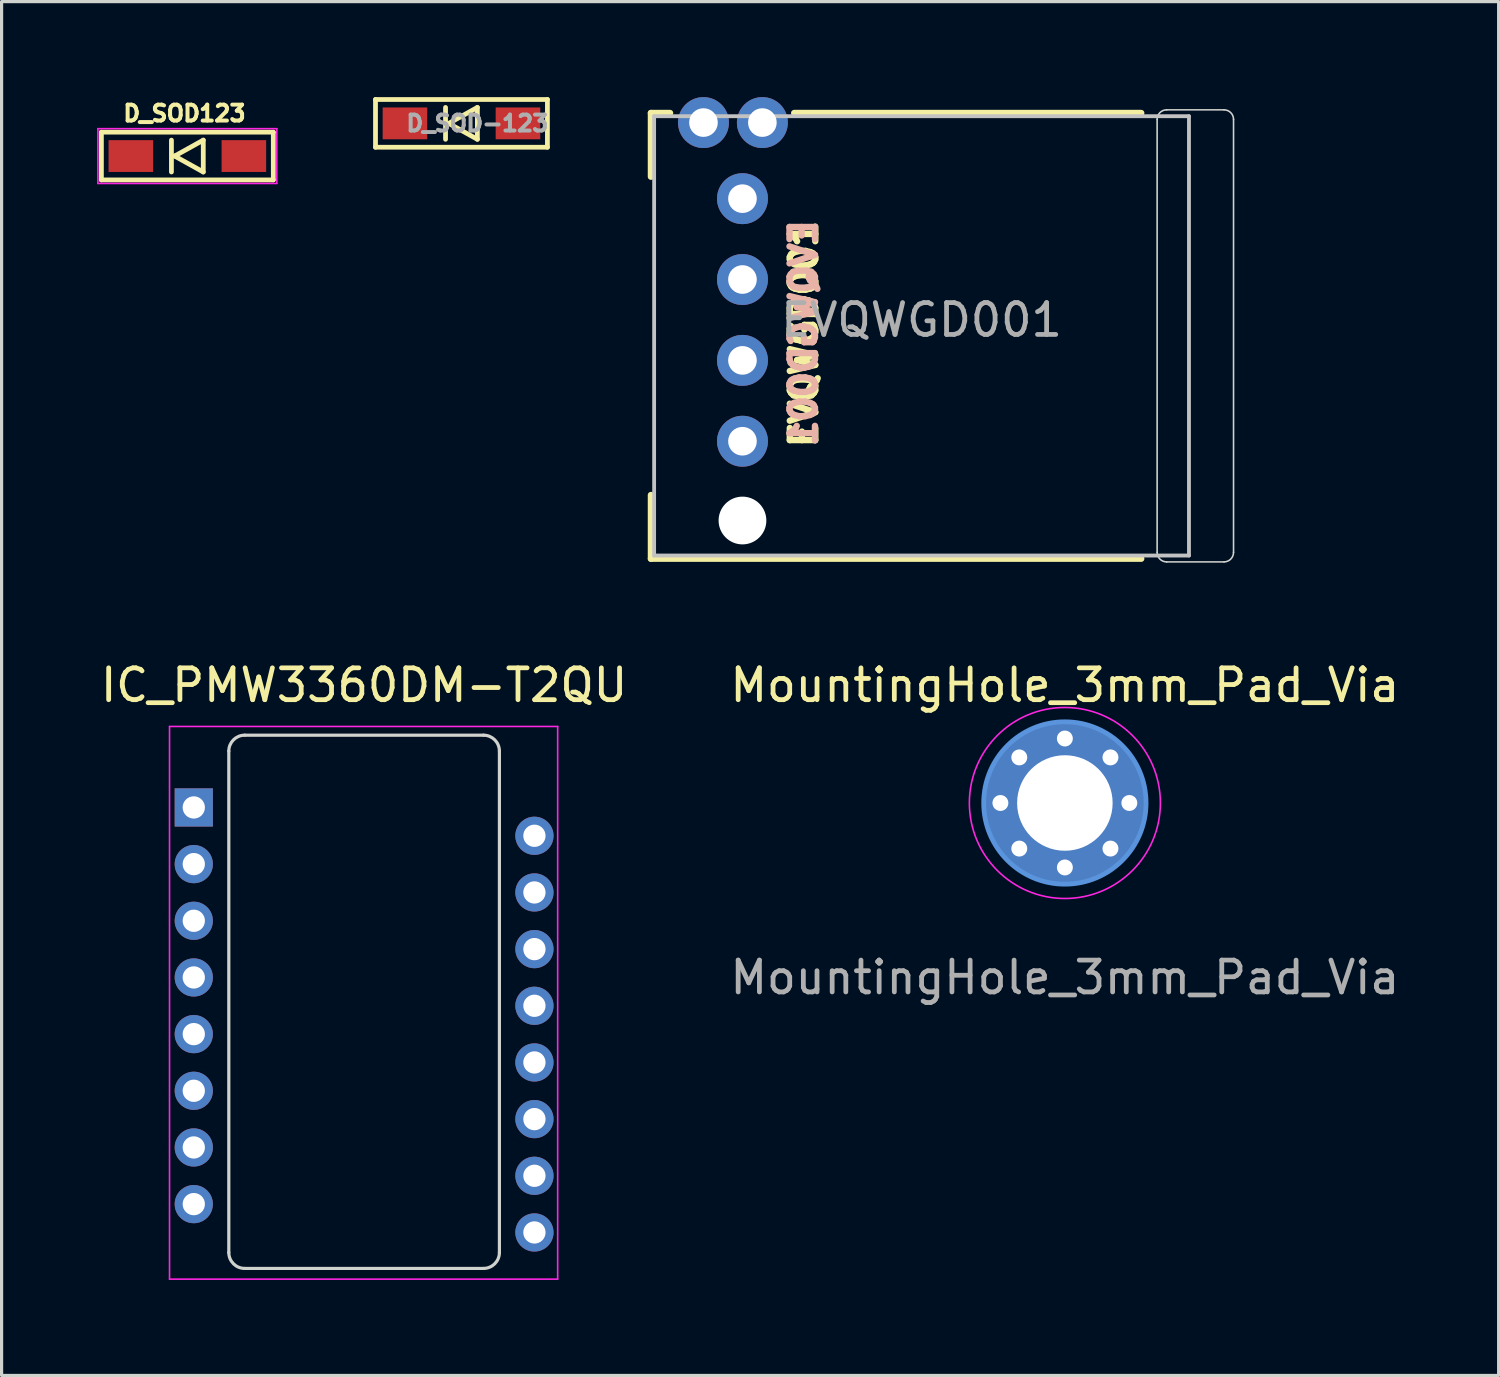
<source format=kicad_pcb>
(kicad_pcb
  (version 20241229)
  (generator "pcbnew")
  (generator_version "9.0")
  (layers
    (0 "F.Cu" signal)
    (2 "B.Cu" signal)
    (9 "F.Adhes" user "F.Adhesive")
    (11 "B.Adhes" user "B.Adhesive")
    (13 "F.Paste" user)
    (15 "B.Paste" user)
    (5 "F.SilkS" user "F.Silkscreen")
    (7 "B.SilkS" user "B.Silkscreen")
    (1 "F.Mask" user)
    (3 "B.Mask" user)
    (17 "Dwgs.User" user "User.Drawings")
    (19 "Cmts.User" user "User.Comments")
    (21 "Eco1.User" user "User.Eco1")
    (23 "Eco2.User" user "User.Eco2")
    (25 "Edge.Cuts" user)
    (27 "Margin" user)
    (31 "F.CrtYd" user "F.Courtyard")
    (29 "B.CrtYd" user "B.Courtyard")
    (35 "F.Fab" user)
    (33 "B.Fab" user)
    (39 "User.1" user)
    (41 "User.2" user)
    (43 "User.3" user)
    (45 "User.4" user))
  (footprint "MountingHole_3mm_Pad_Via"
    (layer "F.Cu")
    (at 30.399 22.173)
    (property "Reference" "MountingHole_3mm_Pad_Via" (at 0 -3.7 0) (layer "F.SilkS") (effects (font (size 1 1) (thickness 0.15))))
    (attr exclude_from_pos_files exclude_from_bom)
    (fp_circle (center 0 0) (end 2.55 0) (stroke (width 0.15) (type solid)) (fill no) (layer "Cmts.User"))
    (fp_circle (center 0 0) (end 3 0) (stroke (width 0.05) (type solid)) (fill no) (layer "F.CrtYd"))
    (fp_text user "${REFERENCE}" (at 0 5.48 0) (layer "F.Fab") (effects (font (size 1 1) (thickness 0.15))))
    (pad "1" thru_hole circle (at -2.025 0) (size 0.8 0.8) (drill 0.5) (layers "*.Cu" "*.Mask"))
    (pad "1" thru_hole circle (at -1.432 -1.432) (size 0.8 0.8) (drill 0.5) (layers "*.Cu" "*.Mask"))
    (pad "1" thru_hole circle (at -1.432 1.432) (size 0.8 0.8) (drill 0.5) (layers "*.Cu" "*.Mask"))
    (pad "1" thru_hole circle (at 0 -2.025) (size 0.8 0.8) (drill 0.5) (layers "*.Cu" "*.Mask"))
    (pad "1" thru_hole circle (at 0 0) (size 5 5) (drill 3) (layers "*.Cu" "*.Mask"))
    (pad "1" thru_hole circle (at 0 2.025) (size 0.8 0.8) (drill 0.5) (layers "*.Cu" "*.Mask"))
    (pad "1" thru_hole circle (at 1.432 -1.432) (size 0.8 0.8) (drill 0.5) (layers "*.Cu" "*.Mask"))
    (pad "1" thru_hole circle (at 1.432 1.432) (size 0.8 0.8) (drill 0.5) (layers "*.Cu" "*.Mask"))
    (pad "1" thru_hole circle (at 2.025 0) (size 0.8 0.8) (drill 0.5) (layers "*.Cu" "*.Mask")))
  (footprint "IC_PMW3360DM-T2QU"
    (layer "F.Cu")
    (at 8.387 27.973)
    (property "Reference" "IC_PMW3360DM-T2QU" (at 0 -9.5 0) (unlocked yes) (layer "F.SilkS") (effects (font (size 1 1) (thickness 0.15))))
    (attr through_hole)
    (fp_line (start -4.25 8.32) (end -4.25 -7.43) (stroke (width 0.1) (type solid)) (layer "Edge.Cuts"))
    (fp_line (start -3.75 -7.93) (end 3.75 -7.93) (stroke (width 0.1) (type solid)) (layer "Edge.Cuts"))
    (fp_line (start -3.75 8.82) (end 3.75 8.82) (stroke (width 0.1) (type solid)) (layer "Edge.Cuts"))
    (fp_line (start 4.25 -7.43) (end 4.25 8.32) (stroke (width 0.1) (type solid)) (layer "Edge.Cuts"))
    (fp_arc (start -4.25 -7.43) (mid -4.103554 -7.783554) (end -3.75 -7.93) (stroke (width 0.1) (type solid)) (layer "Edge.Cuts"))
    (fp_arc (start -3.75 8.82) (mid -4.103553 8.673553) (end -4.25 8.32) (stroke (width 0.1) (type solid)) (layer "Edge.Cuts"))
    (fp_arc (start 3.75 -7.93) (mid 4.103553 -7.783553) (end 4.25 -7.43) (stroke (width 0.1) (type solid)) (layer "Edge.Cuts"))
    (fp_arc (start 4.25 8.32) (mid 4.103553 8.673553) (end 3.75 8.82) (stroke (width 0.1) (type solid)) (layer "Edge.Cuts"))
    (fp_line (start -6.112 -8.203) (end 6.08 -8.203) (stroke (width 0.05) (type solid)) (layer "F.CrtYd"))
    (fp_line (start -6.112 9.156) (end -6.112 -8.203) (stroke (width 0.05) (type solid)) (layer "F.CrtYd"))
    (fp_line (start 6.08 -8.203) (end 6.08 9.156) (stroke (width 0.05) (type solid)) (layer "F.CrtYd"))
    (fp_line (start 6.08 9.156) (end -6.112 9.156) (stroke (width 0.05) (type solid)) (layer "F.CrtYd"))
    (pad "1" thru_hole rect (at -5.35 -5.66) (size 1.2 1.2) (drill 0.7) (layers "*.Cu" "*.Mask"))
    (pad "2" thru_hole circle (at -5.35 -3.88) (size 1.2 1.2) (drill 0.7) (layers "*.Cu" "*.Mask"))
    (pad "3" thru_hole circle (at -5.35 -2.1) (size 1.2 1.2) (drill 0.7) (layers "*.Cu" "*.Mask"))
    (pad "4" thru_hole circle (at -5.35 -0.32) (size 1.2 1.2) (drill 0.7) (layers "*.Cu" "*.Mask"))
    (pad "5" thru_hole circle (at -5.35 1.46) (size 1.2 1.2) (drill 0.7) (layers "*.Cu" "*.Mask"))
    (pad "6" thru_hole circle (at -5.35 3.24) (size 1.2 1.2) (drill 0.7) (layers "*.Cu" "*.Mask"))
    (pad "7" thru_hole circle (at -5.35 5.02) (size 1.2 1.2) (drill 0.7) (layers "*.Cu" "*.Mask"))
    (pad "8" thru_hole circle (at -5.35 6.8) (size 1.2 1.2) (drill 0.7) (layers "*.Cu" "*.Mask"))
    (pad "9" thru_hole circle (at 5.35 7.69) (size 1.2 1.2) (drill 0.7) (layers "*.Cu" "*.Mask"))
    (pad "10" thru_hole circle (at 5.35 5.91) (size 1.2 1.2) (drill 0.7) (layers "*.Cu" "*.Mask"))
    (pad "11" thru_hole circle (at 5.35 4.13) (size 1.2 1.2) (drill 0.7) (layers "*.Cu" "*.Mask"))
    (pad "12" thru_hole circle (at 5.35 2.35) (size 1.2 1.2) (drill 0.7) (layers "*.Cu" "*.Mask"))
    (pad "13" thru_hole circle (at 5.35 0.57) (size 1.2 1.2) (drill 0.7) (layers "*.Cu" "*.Mask"))
    (pad "14" thru_hole circle (at 5.35 -1.21) (size 1.2 1.2) (drill 0.7) (layers "*.Cu" "*.Mask"))
    (pad "15" thru_hole circle (at 5.35 -2.99) (size 1.2 1.2) (drill 0.7) (layers "*.Cu" "*.Mask"))
    (pad "16" thru_hole circle (at 5.35 -4.77) (size 1.2 1.2) (drill 0.7) (layers "*.Cu" "*.Mask")))
  (footprint "D_SOD123"
    (layer "F.Cu")
    (at 2.835 1.852)
    (property "Reference" "D_SOD123" (at -0.09 -1.34 0) (layer "F.SilkS") (effects (font (size 0.5 0.5) (thickness 0.125))))
    (attr smd)
    (fp_line (start -2.7 -0.75) (end -2.7 0.75) (stroke (width 0.15) (type solid)) (layer "F.SilkS"))
    (fp_line (start -2.7 0.75) (end 2.7 0.75) (stroke (width 0.15) (type solid)) (layer "F.SilkS"))
    (fp_line (start -0.5 -0.5) (end -0.5 0.5) (stroke (width 0.15) (type solid)) (layer "F.SilkS"))
    (fp_line (start -0.4 0) (end 0.5 -0.5) (stroke (width 0.15) (type solid)) (layer "F.SilkS"))
    (fp_line (start 0.5 -0.5) (end 0.5 0.5) (stroke (width 0.15) (type solid)) (layer "F.SilkS"))
    (fp_line (start 0.5 0.5) (end -0.4 0) (stroke (width 0.15) (type solid)) (layer "F.SilkS"))
    (fp_line (start 2.7 -0.75) (end -2.7 -0.75) (stroke (width 0.15) (type solid)) (layer "F.SilkS"))
    (fp_line (start 2.7 -0.75) (end 2.7 0.75) (stroke (width 0.15) (type solid)) (layer "F.SilkS"))
    (fp_line (start -2.81 -0.86) (end -2.81 0.86) (stroke (width 0.05) (type solid)) (layer "F.CrtYd"))
    (fp_line (start -2.81 0.86) (end 2.81 0.86) (stroke (width 0.05) (type solid)) (layer "F.CrtYd"))
    (fp_line (start 2.81 -0.86) (end -2.81 -0.86) (stroke (width 0.05) (type solid)) (layer "F.CrtYd"))
    (fp_line (start 2.81 -0.86) (end 2.81 0.86) (stroke (width 0.05) (type solid)) (layer "F.CrtYd"))
    (pad "1" smd rect (at -1.775 0) (size 1.4 1) (layers "F.Cu" "F.Mask" "F.Paste"))
    (pad "2" smd rect (at 1.775 0) (size 1.4 1) (layers "F.Cu" "F.Mask" "F.Paste")))
  (footprint "EVQWGD001"
    (layer "F.Cu")
    (at 25.897 7)
    (property "Reference" "EVQWGD001" (at 0 0 180) (layer "F.Fab") (effects (font (size 1 1) (thickness 0.15))))
    (attr through_hole)
    (fp_line (start -8.5 -6.5) (end -8.5 -4.5) (stroke (width 0.2) (type solid)) (layer "F.SilkS"))
    (fp_line (start -8.5 5.5) (end -8.5 7.5) (stroke (width 0.2) (type solid)) (layer "F.SilkS"))
    (fp_line (start -8.5 7.5) (end 6.9 7.5) (stroke (width 0.2) (type solid)) (layer "F.SilkS"))
    (fp_line (start -7.9 -6.5) (end -8.5 -6.5) (stroke (width 0.2) (type solid)) (layer "F.SilkS"))
    (fp_line (start 6.9 -6.5) (end -4 -6.5) (stroke (width 0.2) (type solid)) (layer "F.SilkS"))
    (fp_line (start -8.4 -6.4) (end 8.4 -6.4) (stroke (width 0.12) (type solid)) (layer "Dwgs.User"))
    (fp_line (start -8.4 7.4) (end -8.4 -6.4) (stroke (width 0.12) (type solid)) (layer "Dwgs.User"))
    (fp_line (start 8.4 -6.4) (end 8.4 7.4) (stroke (width 0.12) (type solid)) (layer "Dwgs.User"))
    (fp_line (start 8.4 7.4) (end -8.4 7.4) (stroke (width 0.12) (type solid)) (layer "Dwgs.User"))
    (fp_line (start 7.4 -6.3) (end 7.4 7.3) (stroke (width 0.05) (type solid)) (layer "Edge.Cuts"))
    (fp_line (start 7.7 7.6) (end 9.5 7.6) (stroke (width 0.05) (type solid)) (layer "Edge.Cuts"))
    (fp_line (start 9.5 -6.6) (end 7.7 -6.6) (stroke (width 0.05) (type solid)) (layer "Edge.Cuts"))
    (fp_line (start 9.8 7.3) (end 9.8 -6.3) (stroke (width 0.05) (type solid)) (layer "Edge.Cuts"))
    (fp_arc (start 7.4 -6.3) (mid 7.487868 -6.512132) (end 7.7 -6.6) (stroke (width 0.05) (type solid)) (layer "Edge.Cuts"))
    (fp_arc (start 7.7 7.6) (mid 7.487868 7.512132) (end 7.4 7.3) (stroke (width 0.05) (type solid)) (layer "Edge.Cuts"))
    (fp_arc (start 9.5 -6.6) (mid 9.712132 -6.512132) (end 9.8 -6.3) (stroke (width 0.05) (type solid)) (layer "Edge.Cuts"))
    (fp_arc (start 9.8 7.3) (mid 9.712132 7.512132) (end 9.5 7.6) (stroke (width 0.05) (type solid)) (layer "Edge.Cuts"))
    (fp_text user "${REFERENCE}" (at -3.698 0.441 90) (unlocked yes) (layer "F.SilkS") (effects (font (size 0.8 0.8) (thickness 0.2))))
    (fp_text user "${REFERENCE}" (at -3.708 0.413 90) (unlocked yes) (layer "B.SilkS") (effects (font (size 0.8 0.8) (thickness 0.2)) (justify mirror)))
    (pad "" np_thru_hole circle (at -5.625 6.3) (size 1.5 1.5) (drill 1.5) (layers "*.Cu" "*.Mask"))
    (pad "A" thru_hole circle (at -5.625 -3.81) (size 1.6 1.6) (drill 0.9) (layers "*.Cu" "*.Mask"))
    (pad "B" thru_hole circle (at -5.625 -1.27) (size 1.6 1.6) (drill 0.9) (layers "*.Cu" "*.Mask"))
    (pad "C" thru_hole circle (at -5.625 1.27) (size 1.6 1.6) (drill 0.9) (layers "*.Cu" "*.Mask"))
    (pad "D" thru_hole circle (at -5.625 3.81) (size 1.6 1.6) (drill 0.9) (layers "*.Cu" "*.Mask"))
    (pad "S1" thru_hole circle (at -6.85 -6.2) (size 1.6 1.6) (drill 0.9) (layers "*.Cu" "*.Mask"))
    (pad "S2" thru_hole circle (at -5 -6.2) (size 1.6 1.6) (drill 0.9) (layers "*.Cu" "*.Mask")))
  (footprint "D_SOD-123"
    (layer "F.Cu")
    (at 11.445 0.825)
    (property "Reference" "D_SOD-123" (at 0.5 0 0) (layer "F.Fab") (effects (font (size 0.5 0.5) (thickness 0.125))))
    (attr smd)
    (fp_line (start -2.7 -0.75) (end -2.7 0.75) (stroke (width 0.15) (type solid)) (layer "F.SilkS"))
    (fp_line (start -2.7 0.75) (end 2.7 0.75) (stroke (width 0.15) (type solid)) (layer "F.SilkS"))
    (fp_line (start -0.5 -0.5) (end -0.5 0.5) (stroke (width 0.15) (type solid)) (layer "F.SilkS"))
    (fp_line (start -0.4 0) (end 0.5 -0.5) (stroke (width 0.15) (type solid)) (layer "F.SilkS"))
    (fp_line (start 0.5 -0.5) (end 0.5 0.5) (stroke (width 0.15) (type solid)) (layer "F.SilkS"))
    (fp_line (start 0.5 0.5) (end -0.4 0) (stroke (width 0.15) (type solid)) (layer "F.SilkS"))
    (fp_line (start 2.7 -0.75) (end -2.7 -0.75) (stroke (width 0.15) (type solid)) (layer "F.SilkS"))
    (fp_line (start 2.7 -0.75) (end 2.7 0.75) (stroke (width 0.15) (type solid)) (layer "F.SilkS"))
    (pad "1" smd rect (at -1.775 0) (size 1.4 1) (layers "F.Cu" "F.Mask" "F.Paste"))
    (pad "2" smd rect (at 1.775 0) (size 1.4 1) (layers "F.Cu" "F.Mask" "F.Paste")))
  (gr_rect
    (start -3 -3)
    (end 44.024 40.154)
    (stroke (width 0.1) (type default))
    (fill no)
    (layer "Edge.Cuts")))
</source>
